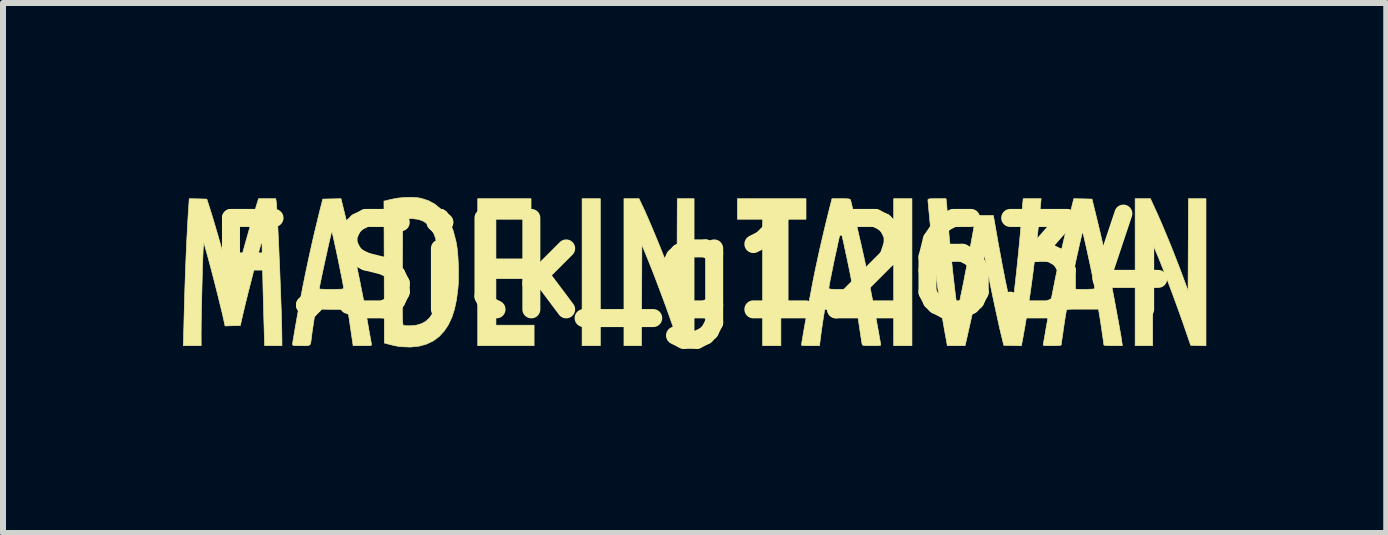
<source format=kicad_pcb>
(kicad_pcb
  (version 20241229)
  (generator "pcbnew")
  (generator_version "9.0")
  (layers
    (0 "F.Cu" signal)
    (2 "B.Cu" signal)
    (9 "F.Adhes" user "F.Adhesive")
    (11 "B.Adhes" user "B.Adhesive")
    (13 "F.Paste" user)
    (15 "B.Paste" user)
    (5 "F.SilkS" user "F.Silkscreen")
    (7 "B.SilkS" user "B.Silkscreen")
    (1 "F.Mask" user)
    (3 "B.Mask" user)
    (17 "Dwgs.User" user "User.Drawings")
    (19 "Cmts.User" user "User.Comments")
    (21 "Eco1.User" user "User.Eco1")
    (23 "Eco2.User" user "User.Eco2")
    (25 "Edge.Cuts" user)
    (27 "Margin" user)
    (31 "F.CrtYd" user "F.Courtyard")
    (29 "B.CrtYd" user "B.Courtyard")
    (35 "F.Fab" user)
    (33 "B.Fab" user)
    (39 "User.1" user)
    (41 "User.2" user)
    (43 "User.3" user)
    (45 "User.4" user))
  (footprint "F.Silk_g12634"
    (layer "F.Cu")
    (at 8.457 1.418)
    (property "Reference" "F.Silk_g12634" (at 0 0 0) (layer "F.SilkS") (effects (font (size 1.524 1.524) (thickness 0.3))))
    (attr through_hole)
    (fp_poly (pts (xy -1.499 1.295) (xy -1.803 1.295) (xy -1.803 -1.156) (xy -1.499 -1.156) (xy -1.499 1.295)) (stroke (width 0.01) (type solid)) (fill yes) (layer "F.SilkS"))
    (fp_poly (pts (xy 3.696 1.295) (xy 3.391 1.295) (xy 3.391 -1.156) (xy 3.696 -1.156) (xy 3.696 1.295)) (stroke (width 0.01) (type solid)) (fill yes) (layer "F.SilkS"))
    (fp_poly (pts (xy 1.93 -0.813) (xy 1.511 -0.813) (xy 1.511 1.295) (xy 1.206 1.295) (xy 1.206 -0.813) (xy 0.787 -0.813) (xy 0.787 -1.156) (xy 1.93 -1.156) (xy 1.93 -0.813)) (stroke (width 0.01) (type solid)) (fill yes) (layer "F.SilkS"))
    (fp_poly (pts (xy -2.654 -0.813) (xy -3.239 -0.813) (xy -3.239 -0.152) (xy -2.705 -0.152) (xy -2.705 0.178) (xy -3.239 0.178) (xy -3.239 0.953) (xy -2.603 0.953) (xy -2.603 1.295) (xy -3.543 1.295) (xy -3.543 -1.156) (xy -2.654 -1.156) (xy -2.654 -0.813)) (stroke (width 0.01) (type solid)) (fill yes) (layer "F.SilkS"))
    (fp_poly (pts (xy -0.807 -1.057) (xy -0.756 -0.949) (xy -0.7 -0.821) (xy -0.638 -0.677) (xy -0.573 -0.521) (xy -0.506 -0.358) (xy -0.44 -0.192) (xy -0.376 -0.026) (xy -0.315 0.135) (xy -0.278 0.235) (xy -0.222 0.387) (xy -0.216 -1.156) (xy 0.064 -1.156) (xy 0.064 1.296) (xy -0.059 1.293) (xy -0.181 1.289) (xy -0.285 0.984) (xy -0.346 0.81) (xy -0.412 0.626) (xy -0.482 0.437) (xy -0.552 0.251) (xy -0.62 0.073) (xy -0.685 -0.09) (xy -0.715 -0.165) (xy -0.806 -0.387) (xy -0.813 1.295) (xy -1.105 1.295) (xy -1.105 -1.156) (xy -0.979 -1.156) (xy -0.854 -1.156) (xy -0.807 -1.057)) (stroke (width 0.01) (type solid)) (fill yes) (layer "F.SilkS"))
    (fp_poly (pts (xy 7.729 -1.032) (xy 7.791 -0.896) (xy 7.859 -0.741) (xy 7.93 -0.572) (xy 8.003 -0.396) (xy 8.074 -0.217) (xy 8.143 -0.04) (xy 8.207 0.129) (xy 8.257 0.265) (xy 8.299 0.384) (xy 8.306 -1.156) (xy 8.598 -1.156) (xy 8.598 1.296) (xy 8.47 1.293) (xy 8.343 1.289) (xy 8.256 1.035) (xy 8.202 0.879) (xy 8.143 0.714) (xy 8.082 0.546) (xy 8.02 0.378) (xy 7.958 0.214) (xy 7.899 0.06) (xy 7.843 -0.082) (xy 7.793 -0.205) (xy 7.767 -0.267) (xy 7.71 -0.4) (xy 7.709 1.295) (xy 7.417 1.295) (xy 7.417 -1.156) (xy 7.672 -1.156) (xy 7.729 -1.032)) (stroke (width 0.01) (type solid)) (fill yes) (layer "F.SilkS"))
    (fp_poly (pts (xy -4.548 -1.172) (xy -4.491 -1.163) (xy -4.367 -1.124) (xy -4.257 -1.064) (xy -4.161 -0.985) (xy -4.078 -0.884) (xy -4.008 -0.763) (xy -3.951 -0.62) (xy -3.908 -0.455) (xy -3.893 -0.381) (xy -3.882 -0.296) (xy -3.873 -0.193) (xy -3.867 -0.079) (xy -3.863 0.041) (xy -3.864 0.158) (xy -3.867 0.266) (xy -3.873 0.343) (xy -3.896 0.525) (xy -3.93 0.685) (xy -3.975 0.825) (xy -4.032 0.946) (xy -4.101 1.05) (xy -4.183 1.139) (xy -4.186 1.142) (xy -4.284 1.215) (xy -4.398 1.269) (xy -4.525 1.304) (xy -4.664 1.318) (xy -4.813 1.312) (xy -4.858 1.307) (xy -4.914 1.297) (xy -4.977 1.283) (xy -5.016 1.273) (xy -5.099 1.251) (xy -5.101 0.511) (xy -4.799 0.511) (xy -4.799 0.617) (xy -4.798 0.705) (xy -4.798 0.776) (xy -4.797 0.832) (xy -4.795 0.875) (xy -4.794 0.907) (xy -4.791 0.929) (xy -4.788 0.943) (xy -4.785 0.951) (xy -4.781 0.955) (xy -4.778 0.956) (xy -4.736 0.962) (xy -4.678 0.963) (xy -4.616 0.96) (xy -4.56 0.952) (xy -4.557 0.951) (xy -4.475 0.926) (xy -4.404 0.886) (xy -4.345 0.83) (xy -4.297 0.758) (xy -4.258 0.666) (xy -4.227 0.554) (xy -4.204 0.42) (xy -4.19 0.286) (xy -4.185 0.194) (xy -4.182 0.094) (xy -4.182 -0.002) (xy -4.184 -0.057) (xy -4.197 -0.225) (xy -4.217 -0.37) (xy -4.245 -0.493) (xy -4.281 -0.594) (xy -4.328 -0.675) (xy -4.385 -0.738) (xy -4.453 -0.782) (xy -4.533 -0.811) (xy -4.625 -0.823) (xy -4.699 -0.823) (xy -4.794 -0.819) (xy -4.798 0.066) (xy -4.798 0.237) (xy -4.799 0.385) (xy -4.799 0.511) (xy -5.101 0.511) (xy -5.102 0.068) (xy -5.106 -1.115) (xy -4.988 -1.144) (xy -4.878 -1.165) (xy -4.763 -1.176) (xy -4.651 -1.179) (xy -4.548 -1.172)) (stroke (width 0.01) (type solid)) (fill yes) (layer "F.SilkS"))
    (fp_poly (pts (xy -5.73 -0.778) (xy -5.65 -0.441) (xy -5.577 -0.113) (xy -5.509 0.214) (xy -5.443 0.55) (xy -5.38 0.9) (xy -5.366 0.98) (xy -5.352 1.06) (xy -5.339 1.132) (xy -5.328 1.193) (xy -5.32 1.239) (xy -5.315 1.264) (xy -5.315 1.267) (xy -5.313 1.279) (xy -5.316 1.287) (xy -5.328 1.292) (xy -5.354 1.294) (xy -5.397 1.295) (xy -5.461 1.295) (xy -5.464 1.295) (xy -5.62 1.295) (xy -5.709 0.692) (xy -5.977 0.689) (xy -6.245 0.685) (xy -6.272 0.86) (xy -6.283 0.935) (xy -6.295 1.012) (xy -6.305 1.081) (xy -6.312 1.135) (xy -6.312 1.137) (xy -6.32 1.202) (xy -6.327 1.247) (xy -6.337 1.275) (xy -6.355 1.289) (xy -6.385 1.295) (xy -6.43 1.296) (xy -6.484 1.295) (xy -6.547 1.295) (xy -6.589 1.294) (xy -6.613 1.29) (xy -6.626 1.284) (xy -6.629 1.276) (xy -6.629 1.273) (xy -6.627 1.25) (xy -6.621 1.205) (xy -6.61 1.142) (xy -6.597 1.062) (xy -6.581 0.97) (xy -6.563 0.869) (xy -6.544 0.761) (xy -6.523 0.649) (xy -6.502 0.537) (xy -6.481 0.427) (xy -6.466 0.349) (xy -6.185 0.349) (xy -6.173 0.351) (xy -6.14 0.353) (xy -6.09 0.355) (xy -6.027 0.355) (xy -5.982 0.356) (xy -5.905 0.355) (xy -5.849 0.354) (xy -5.813 0.352) (xy -5.791 0.348) (xy -5.781 0.343) (xy -5.779 0.336) (xy -5.781 0.315) (xy -5.788 0.274) (xy -5.799 0.215) (xy -5.813 0.142) (xy -5.83 0.059) (xy -5.848 -0.031) (xy -5.867 -0.125) (xy -5.887 -0.219) (xy -5.906 -0.31) (xy -5.925 -0.395) (xy -5.941 -0.47) (xy -5.955 -0.532) (xy -5.966 -0.577) (xy -5.973 -0.603) (xy -5.975 -0.607) (xy -5.979 -0.597) (xy -5.988 -0.565) (xy -6 -0.514) (xy -6.015 -0.449) (xy -6.033 -0.371) (xy -6.052 -0.285) (xy -6.072 -0.193) (xy -6.093 -0.099) (xy -6.113 -0.006) (xy -6.132 0.082) (xy -6.149 0.164) (xy -6.164 0.234) (xy -6.175 0.291) (xy -6.182 0.33) (xy -6.185 0.349) (xy -6.466 0.349) (xy -6.461 0.324) (xy -6.458 0.305) (xy -6.416 0.099) (xy -6.37 -0.119) (xy -6.321 -0.342) (xy -6.271 -0.561) (xy -6.221 -0.769) (xy -6.181 -0.933) (xy -6.126 -1.149) (xy -5.822 -1.156) (xy -5.73 -0.778)) (stroke (width 0.01) (type solid)) (fill yes) (layer "F.SilkS"))
    (fp_poly (pts (xy 6.546 -1.153) (xy 6.698 -1.149) (xy 6.752 -0.929) (xy 6.794 -0.757) (xy 6.837 -0.577) (xy 6.878 -0.397) (xy 6.918 -0.221) (xy 6.954 -0.055) (xy 6.986 0.094) (xy 6.997 0.151) (xy 7.013 0.232) (xy 7.032 0.328) (xy 7.052 0.432) (xy 7.073 0.543) (xy 7.094 0.657) (xy 7.115 0.77) (xy 7.135 0.878) (xy 7.153 0.979) (xy 7.169 1.068) (xy 7.182 1.142) (xy 7.191 1.198) (xy 7.195 1.229) (xy 7.204 1.295) (xy 7.05 1.295) (xy 6.983 1.294) (xy 6.933 1.292) (xy 6.904 1.287) (xy 6.896 1.283) (xy 6.894 1.267) (xy 6.889 1.23) (xy 6.882 1.177) (xy 6.872 1.112) (xy 6.862 1.041) (xy 6.851 0.967) (xy 6.84 0.895) (xy 6.83 0.83) (xy 6.821 0.776) (xy 6.815 0.737) (xy 6.812 0.721) (xy 6.805 0.686) (xy 6.541 0.686) (xy 6.453 0.686) (xy 6.387 0.686) (xy 6.339 0.687) (xy 6.307 0.69) (xy 6.288 0.693) (xy 6.277 0.698) (xy 6.272 0.706) (xy 6.269 0.714) (xy 6.266 0.734) (xy 6.259 0.775) (xy 6.25 0.83) (xy 6.24 0.897) (xy 6.229 0.969) (xy 6.218 1.044) (xy 6.208 1.116) (xy 6.198 1.18) (xy 6.191 1.232) (xy 6.186 1.268) (xy 6.185 1.283) (xy 6.173 1.288) (xy 6.138 1.292) (xy 6.084 1.295) (xy 6.032 1.295) (xy 5.968 1.295) (xy 5.925 1.294) (xy 5.9 1.292) (xy 5.887 1.287) (xy 5.884 1.279) (xy 5.886 1.267) (xy 5.89 1.246) (xy 5.897 1.204) (xy 5.908 1.146) (xy 5.92 1.075) (xy 5.933 0.996) (xy 5.938 0.972) (xy 6.01 0.563) (xy 6.053 0.344) (xy 6.337 0.344) (xy 6.349 0.348) (xy 6.382 0.351) (xy 6.433 0.354) (xy 6.496 0.355) (xy 6.54 0.356) (xy 6.616 0.355) (xy 6.676 0.353) (xy 6.719 0.35) (xy 6.741 0.346) (xy 6.744 0.344) (xy 6.741 0.322) (xy 6.734 0.28) (xy 6.723 0.221) (xy 6.708 0.149) (xy 6.692 0.067) (xy 6.673 -0.023) (xy 6.653 -0.116) (xy 6.633 -0.209) (xy 6.613 -0.3) (xy 6.594 -0.384) (xy 6.577 -0.458) (xy 6.563 -0.52) (xy 6.551 -0.566) (xy 6.544 -0.592) (xy 6.541 -0.597) (xy 6.536 -0.585) (xy 6.527 -0.552) (xy 6.515 -0.5) (xy 6.499 -0.433) (xy 6.481 -0.355) (xy 6.462 -0.268) (xy 6.441 -0.176) (xy 6.421 -0.082) (xy 6.402 0.01) (xy 6.383 0.097) (xy 6.367 0.177) (xy 6.354 0.245) (xy 6.344 0.298) (xy 6.338 0.333) (xy 6.337 0.344) (xy 6.053 0.344) (xy 6.088 0.166) (xy 6.172 -0.228) (xy 6.265 -0.631) (xy 6.308 -0.81) (xy 6.394 -1.156) (xy 6.546 -1.153)) (stroke (width 0.01) (type solid)) (fill yes) (layer "F.SilkS"))
    (fp_poly (pts (xy 2.579 -1.155) (xy 2.623 -1.154) (xy 2.65 -1.15) (xy 2.665 -1.144) (xy 2.671 -1.136) (xy 2.672 -1.133) (xy 2.681 -1.102) (xy 2.694 -1.048) (xy 2.711 -0.977) (xy 2.732 -0.892) (xy 2.755 -0.796) (xy 2.779 -0.692) (xy 2.804 -0.584) (xy 2.829 -0.476) (xy 2.853 -0.371) (xy 2.875 -0.272) (xy 2.895 -0.183) (xy 2.912 -0.107) (xy 2.914 -0.095) (xy 2.931 -0.014) (xy 2.951 0.08) (xy 2.972 0.186) (xy 2.994 0.299) (xy 3.017 0.418) (xy 3.041 0.54) (xy 3.064 0.661) (xy 3.086 0.779) (xy 3.107 0.891) (xy 3.126 0.995) (xy 3.143 1.087) (xy 3.156 1.165) (xy 3.167 1.227) (xy 3.173 1.269) (xy 3.175 1.287) (xy 3.163 1.29) (xy 3.131 1.293) (xy 3.083 1.295) (xy 3.024 1.295) (xy 3.023 1.295) (xy 2.959 1.295) (xy 2.915 1.293) (xy 2.888 1.29) (xy 2.873 1.284) (xy 2.867 1.275) (xy 2.866 1.273) (xy 2.862 1.255) (xy 2.856 1.215) (xy 2.847 1.158) (xy 2.836 1.087) (xy 2.824 1.007) (xy 2.818 0.968) (xy 2.777 0.685) (xy 2.51 0.689) (xy 2.242 0.692) (xy 2.221 0.82) (xy 2.211 0.884) (xy 2.199 0.963) (xy 2.187 1.047) (xy 2.177 1.121) (xy 2.155 1.295) (xy 2.004 1.295) (xy 1.946 1.295) (xy 1.898 1.293) (xy 1.866 1.291) (xy 1.854 1.288) (xy 1.857 1.266) (xy 1.863 1.222) (xy 1.874 1.159) (xy 1.887 1.08) (xy 1.903 0.987) (xy 1.922 0.884) (xy 1.942 0.774) (xy 1.963 0.659) (xy 1.985 0.542) (xy 2.007 0.426) (xy 2.025 0.332) (xy 2.311 0.332) (xy 2.313 0.341) (xy 2.321 0.348) (xy 2.338 0.352) (xy 2.369 0.354) (xy 2.416 0.355) (xy 2.485 0.356) (xy 2.506 0.356) (xy 2.574 0.355) (xy 2.632 0.354) (xy 2.677 0.352) (xy 2.703 0.35) (xy 2.707 0.349) (xy 2.708 0.334) (xy 2.703 0.295) (xy 2.692 0.234) (xy 2.677 0.152) (xy 2.657 0.05) (xy 2.632 -0.07) (xy 2.603 -0.208) (xy 2.596 -0.239) (xy 2.572 -0.352) (xy 2.553 -0.44) (xy 2.538 -0.506) (xy 2.526 -0.55) (xy 2.516 -0.572) (xy 2.506 -0.575) (xy 2.497 -0.558) (xy 2.487 -0.524) (xy 2.475 -0.472) (xy 2.46 -0.404) (xy 2.454 -0.374) (xy 2.432 -0.272) (xy 2.409 -0.169) (xy 2.388 -0.067) (xy 2.368 0.031) (xy 2.35 0.12) (xy 2.334 0.198) (xy 2.322 0.262) (xy 2.315 0.307) (xy 2.311 0.331) (xy 2.311 0.332) (xy 2.025 0.332) (xy 2.028 0.314) (xy 2.048 0.209) (xy 2.067 0.115) (xy 2.084 0.032) (xy 2.091 0) (xy 2.124 -0.153) (xy 2.16 -0.319) (xy 2.2 -0.49) (xy 2.24 -0.662) (xy 2.28 -0.827) (xy 2.318 -0.979) (xy 2.351 -1.108) (xy 2.363 -1.156) (xy 2.514 -1.156) (xy 2.579 -1.155)) (stroke (width 0.01) (type solid)) (fill yes) (layer "F.SilkS"))
    (fp_poly (pts (xy -8.206 -1.153) (xy -8.059 -1.149) (xy -8.01 -0.997) (xy -7.984 -0.914) (xy -7.953 -0.812) (xy -7.918 -0.694) (xy -7.88 -0.565) (xy -7.841 -0.429) (xy -7.802 -0.292) (xy -7.764 -0.158) (xy -7.729 -0.031) (xy -7.698 0.085) (xy -7.696 0.089) (xy -7.673 0.177) (xy -7.654 0.243) (xy -7.641 0.29) (xy -7.631 0.319) (xy -7.624 0.333) (xy -7.619 0.335) (xy -7.614 0.327) (xy -7.61 0.311) (xy -7.61 0.311) (xy -7.602 0.283) (xy -7.59 0.234) (xy -7.574 0.172) (xy -7.555 0.099) (xy -7.537 0.032) (xy -7.482 -0.178) (xy -7.423 -0.394) (xy -7.362 -0.609) (xy -7.302 -0.813) (xy -7.268 -0.924) (xy -7.197 -1.156) (xy -7.054 -1.156) (xy -6.91 -1.156) (xy -6.903 -1.114) (xy -6.899 -1.082) (xy -6.895 -1.026) (xy -6.89 -0.949) (xy -6.884 -0.855) (xy -6.879 -0.744) (xy -6.872 -0.62) (xy -6.866 -0.485) (xy -6.859 -0.341) (xy -6.853 -0.19) (xy -6.846 -0.036) (xy -6.84 0.12) (xy -6.834 0.276) (xy -6.828 0.428) (xy -6.823 0.575) (xy -6.818 0.714) (xy -6.814 0.843) (xy -6.811 0.96) (xy -6.809 1.061) (xy -6.808 1.145) (xy -6.807 1.191) (xy -6.807 1.295) (xy -7.096 1.295) (xy -7.104 1.013) (xy -7.111 0.767) (xy -7.117 0.544) (xy -7.122 0.346) (xy -7.126 0.171) (xy -7.13 0.021) (xy -7.133 -0.104) (xy -7.135 -0.205) (xy -7.137 -0.282) (xy -7.138 -0.333) (xy -7.138 -0.349) (xy -7.139 -0.396) (xy -7.143 -0.419) (xy -7.149 -0.419) (xy -7.156 -0.4) (xy -7.168 -0.36) (xy -7.185 -0.3) (xy -7.206 -0.225) (xy -7.23 -0.136) (xy -7.256 -0.036) (xy -7.284 0.071) (xy -7.312 0.183) (xy -7.341 0.296) (xy -7.37 0.409) (xy -7.397 0.518) (xy -7.422 0.62) (xy -7.444 0.713) (xy -7.463 0.793) (xy -7.476 0.851) (xy -7.5 0.959) (xy -7.628 0.962) (xy -7.755 0.966) (xy -7.784 0.835) (xy -7.798 0.772) (xy -7.818 0.688) (xy -7.843 0.588) (xy -7.87 0.477) (xy -7.9 0.358) (xy -7.931 0.236) (xy -7.962 0.116) (xy -7.992 0.001) (xy -8.02 -0.103) (xy -8.044 -0.193) (xy -8.049 -0.21) (xy -8.109 -0.425) (xy -8.117 -0.343) (xy -8.12 -0.31) (xy -8.122 -0.255) (xy -8.125 -0.181) (xy -8.128 -0.09) (xy -8.132 0.013) (xy -8.135 0.127) (xy -8.138 0.248) (xy -8.141 0.372) (xy -8.144 0.497) (xy -8.147 0.62) (xy -8.149 0.738) (xy -8.151 0.847) (xy -8.153 0.945) (xy -8.153 1.028) (xy -8.154 1.076) (xy -8.153 1.295) (xy -8.303 1.295) (xy -8.452 1.295) (xy -8.449 1.216) (xy -8.448 1.186) (xy -8.447 1.134) (xy -8.445 1.063) (xy -8.442 0.976) (xy -8.44 0.876) (xy -8.437 0.767) (xy -8.434 0.651) (xy -8.433 0.603) (xy -8.425 0.339) (xy -8.416 0.075) (xy -8.406 -0.182) (xy -8.395 -0.429) (xy -8.383 -0.662) (xy -8.371 -0.874) (xy -8.368 -0.924) (xy -8.352 -1.156) (xy -8.206 -1.153)) (stroke (width 0.01) (type solid)) (fill yes) (layer "F.SilkS"))
    (fp_poly (pts (xy 4.272 -1.089) (xy 4.276 -1.052) (xy 4.28 -0.997) (xy 4.285 -0.929) (xy 4.291 -0.855) (xy 4.293 -0.826) (xy 4.299 -0.739) (xy 4.308 -0.638) (xy 4.317 -0.527) (xy 4.329 -0.407) (xy 4.341 -0.283) (xy 4.354 -0.155) (xy 4.367 -0.028) (xy 4.38 0.096) (xy 4.394 0.215) (xy 4.406 0.325) (xy 4.418 0.425) (xy 4.429 0.51) (xy 4.439 0.579) (xy 4.447 0.629) (xy 4.453 0.657) (xy 4.454 0.66) (xy 4.461 0.661) (xy 4.47 0.639) (xy 4.478 0.61) (xy 4.489 0.564) (xy 4.503 0.496) (xy 4.521 0.411) (xy 4.541 0.313) (xy 4.563 0.204) (xy 4.585 0.088) (xy 4.609 -0.031) (xy 4.631 -0.148) (xy 4.653 -0.262) (xy 4.672 -0.367) (xy 4.689 -0.46) (xy 4.699 -0.514) (xy 4.714 -0.599) (xy 4.728 -0.678) (xy 4.74 -0.745) (xy 4.749 -0.798) (xy 4.756 -0.832) (xy 4.757 -0.841) (xy 4.765 -0.876) (xy 5.053 -0.876) (xy 5.061 -0.835) (xy 5.1 -0.613) (xy 5.136 -0.406) (xy 5.171 -0.218) (xy 5.202 -0.05) (xy 5.231 0.098) (xy 5.255 0.222) (xy 5.265 0.267) (xy 5.289 0.38) (xy 5.308 0.471) (xy 5.324 0.542) (xy 5.336 0.594) (xy 5.345 0.63) (xy 5.352 0.653) (xy 5.357 0.663) (xy 5.361 0.665) (xy 5.363 0.66) (xy 5.368 0.638) (xy 5.376 0.593) (xy 5.385 0.529) (xy 5.395 0.447) (xy 5.407 0.352) (xy 5.419 0.245) (xy 5.432 0.129) (xy 5.445 0.007) (xy 5.458 -0.118) (xy 5.471 -0.244) (xy 5.483 -0.367) (xy 5.494 -0.485) (xy 5.504 -0.595) (xy 5.513 -0.694) (xy 5.518 -0.768) (xy 5.525 -0.854) (xy 5.531 -0.933) (xy 5.536 -1.003) (xy 5.541 -1.059) (xy 5.544 -1.095) (xy 5.545 -1.102) (xy 5.551 -1.156) (xy 5.85 -1.156) (xy 5.821 -0.86) (xy 5.788 -0.538) (xy 5.751 -0.217) (xy 5.712 0.098) (xy 5.67 0.404) (xy 5.626 0.695) (xy 5.581 0.968) (xy 5.548 1.153) (xy 5.521 1.296) (xy 5.374 1.293) (xy 5.227 1.289) (xy 5.179 1.092) (xy 5.157 0.999) (xy 5.132 0.886) (xy 5.104 0.758) (xy 5.074 0.62) (xy 5.044 0.478) (xy 5.015 0.337) (xy 4.987 0.201) (xy 4.962 0.075) (xy 4.948 0) (xy 4.931 -0.086) (xy 4.917 -0.147) (xy 4.907 -0.183) (xy 4.9 -0.195) (xy 4.897 -0.191) (xy 4.893 -0.17) (xy 4.884 -0.128) (xy 4.873 -0.068) (xy 4.858 0.005) (xy 4.842 0.089) (xy 4.825 0.171) (xy 4.799 0.303) (xy 4.771 0.44) (xy 4.741 0.585) (xy 4.707 0.742) (xy 4.668 0.916) (xy 4.625 1.108) (xy 4.603 1.203) (xy 4.582 1.295) (xy 4.286 1.295) (xy 4.238 1.032) (xy 4.195 0.784) (xy 4.156 0.535) (xy 4.119 0.28) (xy 4.084 0.015) (xy 4.05 -0.265) (xy 4.017 -0.563) (xy 4.001 -0.721) (xy 3.991 -0.818) (xy 3.983 -0.908) (xy 3.975 -0.987) (xy 3.969 -1.052) (xy 3.965 -1.099) (xy 3.963 -1.126) (xy 3.962 -1.13) (xy 3.964 -1.141) (xy 3.971 -1.148) (xy 3.988 -1.153) (xy 4.02 -1.155) (xy 4.07 -1.156) (xy 4.114 -1.156) (xy 4.265 -1.156) (xy 4.272 -1.089)) (stroke (width 0.01) (type solid)) (fill yes) (layer "F.SilkS")))
  (gr_rect
    (start -3 -3)
    (end 20.06 5.836)
    (stroke (width 0.1) (type default))
    (fill no)
    (layer "Edge.Cuts")))
</source>
